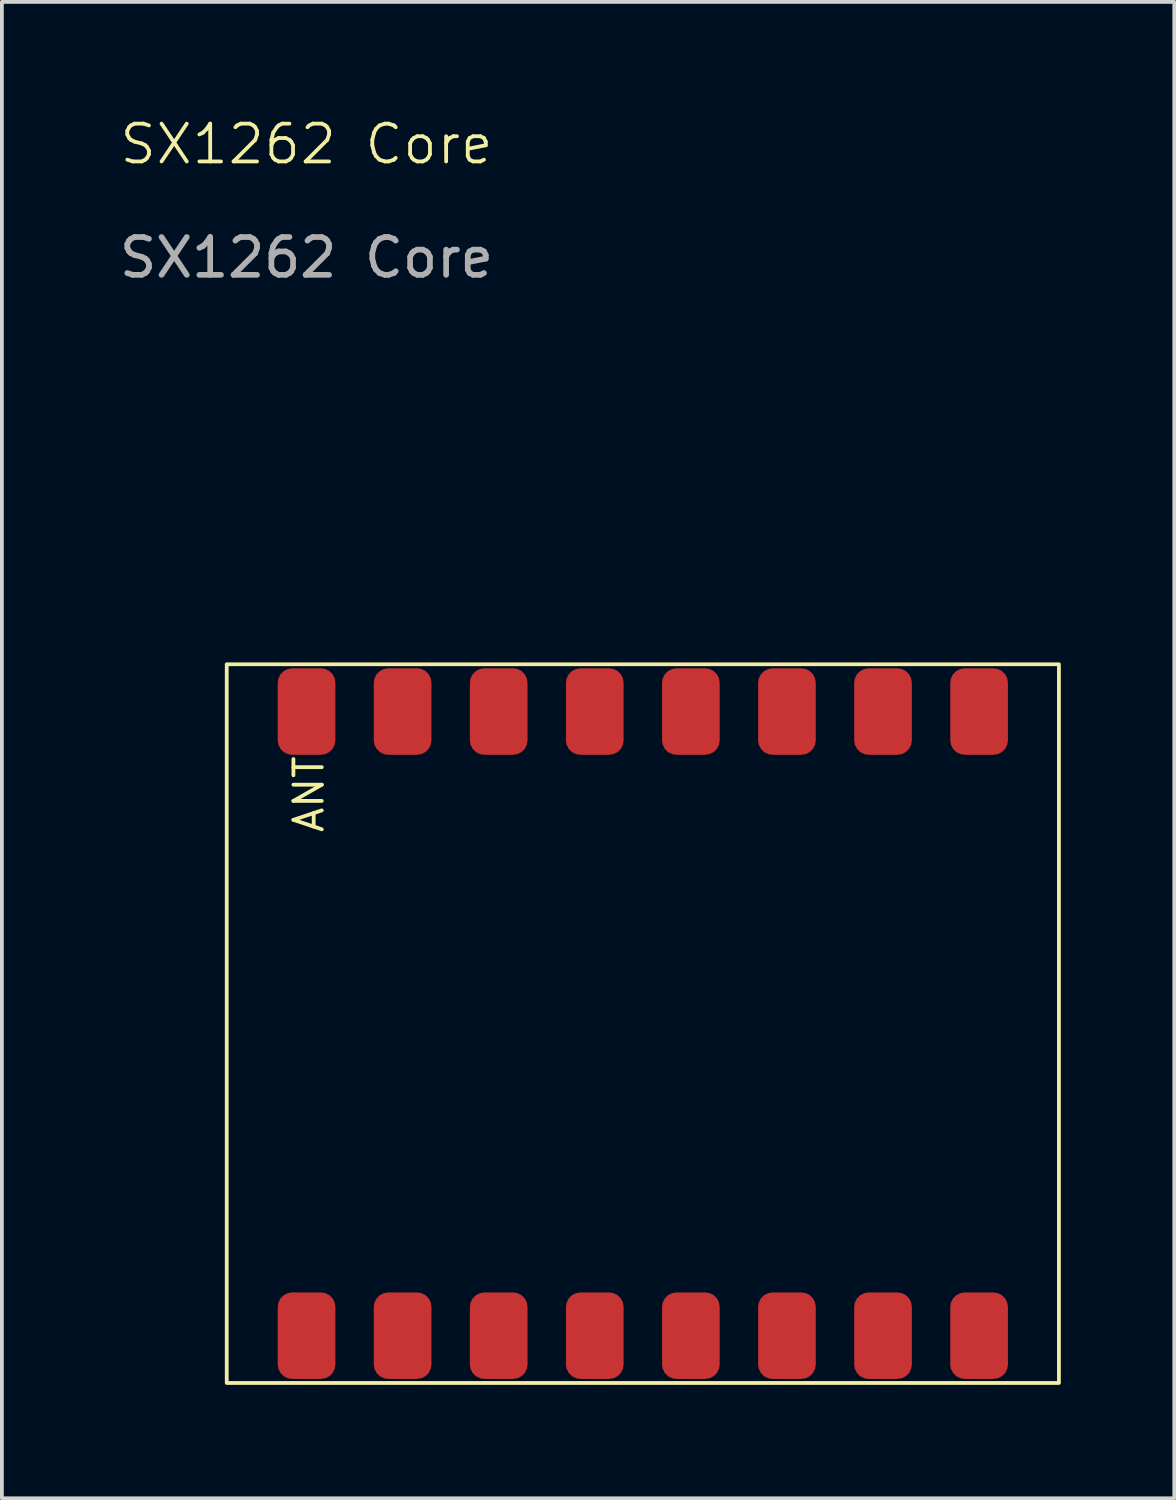
<source format=kicad_pcb>
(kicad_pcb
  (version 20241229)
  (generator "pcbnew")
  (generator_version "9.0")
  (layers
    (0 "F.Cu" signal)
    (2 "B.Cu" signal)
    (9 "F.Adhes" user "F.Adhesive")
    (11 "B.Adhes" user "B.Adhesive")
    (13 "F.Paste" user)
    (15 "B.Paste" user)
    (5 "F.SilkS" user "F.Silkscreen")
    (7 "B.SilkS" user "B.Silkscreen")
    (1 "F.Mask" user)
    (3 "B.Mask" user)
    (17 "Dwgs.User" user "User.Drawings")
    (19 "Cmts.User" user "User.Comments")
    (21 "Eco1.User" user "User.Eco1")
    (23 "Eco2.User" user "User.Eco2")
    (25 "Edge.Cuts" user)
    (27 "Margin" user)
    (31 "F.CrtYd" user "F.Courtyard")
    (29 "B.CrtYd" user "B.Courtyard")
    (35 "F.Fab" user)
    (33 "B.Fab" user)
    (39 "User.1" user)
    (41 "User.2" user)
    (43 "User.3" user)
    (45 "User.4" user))
  (footprint "SX1262 Core"
    (layer "F.Cu")
    (at 5.054 14.511)
    (property "Reference" "SX1262 Core" (at 0 -13.75 0) (unlocked yes) (layer "F.SilkS") (effects (font (size 1 1) (thickness 0.1))))
    (attr smd)
    (fp_rect (start -2.11 0) (end 19.89 19) (stroke (width 0.1) (type default)) (fill no) (layer "F.SilkS"))
    (fp_text user "ANT" (at 0.5 4.5 90) (unlocked yes) (layer "F.SilkS") (effects (font (size 0.75 0.75) (thickness 0.1)) (justify left bottom)))
    (fp_text user "${REFERENCE}" (at 0 -10.75 0) (unlocked yes) (layer "F.Fab") (effects (font (size 1 1) (thickness 0.15))))
    (pad "1" smd roundrect (at 0 1.25 90) (size 2.286 1.524) (layers "F.Cu" "F.Mask" "F.Paste") (roundrect_rratio 0.25))
    (pad "2" smd roundrect (at 2.54 1.25 90) (size 2.286 1.524) (layers "F.Cu" "F.Mask" "F.Paste") (roundrect_rratio 0.25))
    (pad "3" smd roundrect (at 5.08 1.25 90) (size 2.286 1.524) (layers "F.Cu" "F.Mask" "F.Paste") (roundrect_rratio 0.25))
    (pad "4" smd roundrect (at 7.62 1.25 90) (size 2.286 1.524) (layers "F.Cu" "F.Mask" "F.Paste") (roundrect_rratio 0.25))
    (pad "5" smd roundrect (at 10.16 1.25 90) (size 2.286 1.524) (layers "F.Cu" "F.Mask" "F.Paste") (roundrect_rratio 0.25))
    (pad "6" smd roundrect (at 12.7 1.25 90) (size 2.286 1.524) (layers "F.Cu" "F.Mask" "F.Paste") (roundrect_rratio 0.25))
    (pad "7" smd roundrect (at 15.24 1.25 90) (size 2.286 1.524) (layers "F.Cu" "F.Mask" "F.Paste") (roundrect_rratio 0.25))
    (pad "8" smd roundrect (at 17.78 1.25 90) (size 2.286 1.524) (layers "F.Cu" "F.Mask" "F.Paste") (roundrect_rratio 0.25))
    (pad "9" smd roundrect (at 17.78 17.75 90) (size 2.286 1.524) (layers "F.Cu" "F.Mask" "F.Paste") (roundrect_rratio 0.25))
    (pad "10" smd roundrect (at 15.24 17.75 90) (size 2.286 1.524) (layers "F.Cu" "F.Mask" "F.Paste") (roundrect_rratio 0.25))
    (pad "11" smd roundrect (at 12.7 17.75 90) (size 2.286 1.524) (layers "F.Cu" "F.Mask" "F.Paste") (roundrect_rratio 0.25))
    (pad "12" smd roundrect (at 10.16 17.75 90) (size 2.286 1.524) (layers "F.Cu" "F.Mask" "F.Paste") (roundrect_rratio 0.25))
    (pad "13" smd roundrect (at 7.62 17.75 90) (size 2.286 1.524) (layers "F.Cu" "F.Mask" "F.Paste") (roundrect_rratio 0.25))
    (pad "14" smd roundrect (at 5.08 17.75 90) (size 2.286 1.524) (layers "F.Cu" "F.Mask" "F.Paste") (roundrect_rratio 0.25))
    (pad "15" smd roundrect (at 2.54 17.75 90) (size 2.286 1.524) (layers "F.Cu" "F.Mask" "F.Paste") (roundrect_rratio 0.25))
    (pad "16" smd roundrect (at 0 17.75 90) (size 2.286 1.524) (layers "F.Cu" "F.Mask" "F.Paste") (roundrect_rratio 0.25)))
  (gr_rect
    (start -3 -3)
    (end 27.994 36.56)
    (stroke (width 0.1) (type default))
    (fill no)
    (layer "Edge.Cuts")))
</source>
